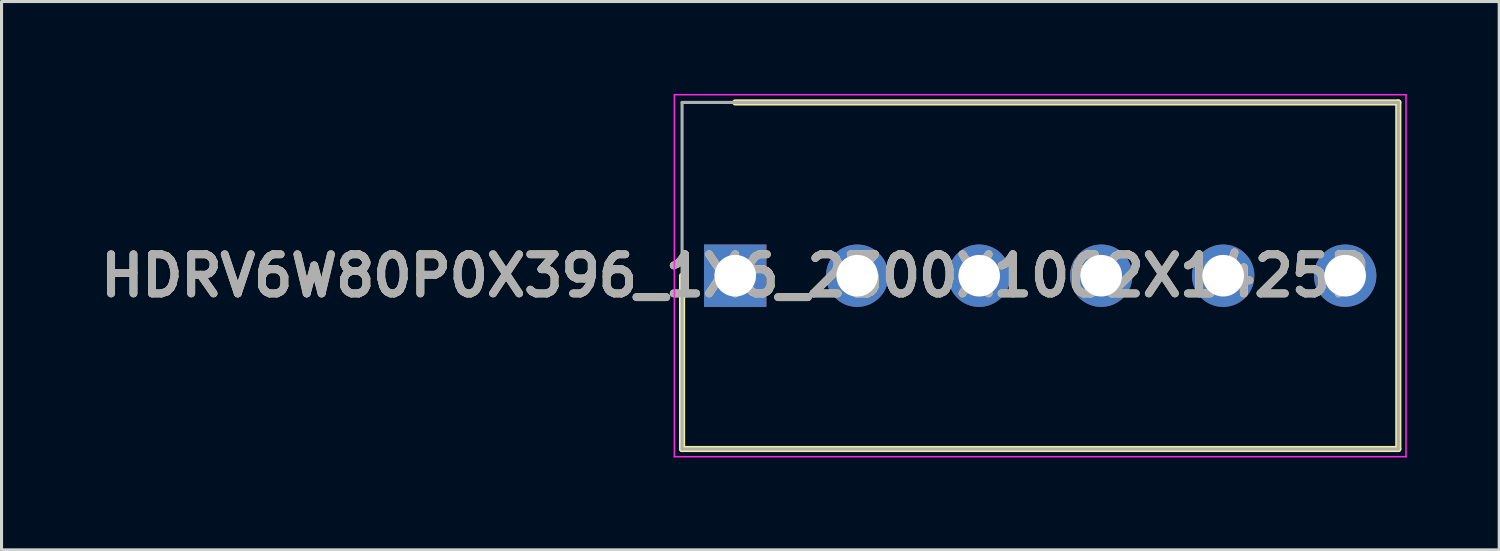
<source format=kicad_pcb>
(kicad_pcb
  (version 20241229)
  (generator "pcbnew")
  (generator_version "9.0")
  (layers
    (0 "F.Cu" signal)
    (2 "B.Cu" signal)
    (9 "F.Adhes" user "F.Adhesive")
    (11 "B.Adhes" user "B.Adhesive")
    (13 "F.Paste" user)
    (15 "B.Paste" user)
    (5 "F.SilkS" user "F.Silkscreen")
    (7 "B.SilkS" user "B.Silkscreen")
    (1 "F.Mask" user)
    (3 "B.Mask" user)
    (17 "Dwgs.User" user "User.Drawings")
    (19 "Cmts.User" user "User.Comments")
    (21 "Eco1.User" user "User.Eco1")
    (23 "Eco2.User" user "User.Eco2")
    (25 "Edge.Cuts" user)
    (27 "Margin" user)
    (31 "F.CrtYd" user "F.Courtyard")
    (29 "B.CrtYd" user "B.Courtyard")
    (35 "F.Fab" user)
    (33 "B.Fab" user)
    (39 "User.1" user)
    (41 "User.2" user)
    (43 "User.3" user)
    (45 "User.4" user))
  (footprint "HDRV6W80P0X396_1X6_2300X1062X1425P"
    (layer "F.Cu")
    (at 20.816 5.9)
    (property "Reference" "HDRV6W80P0X396_1X6_2300X1062X1425P" (at 0 0 0) (layer "F.SilkS") (effects (font (size 1.27 1.27) (thickness 0.254))))
    (attr through_hole)
    (fp_line (start -1.725 0) (end -1.725 5.625) (stroke (width 0.2) (type solid)) (layer "F.SilkS"))
    (fp_line (start -1.725 5.625) (end 21.525 5.625) (stroke (width 0.2) (type solid)) (layer "F.SilkS"))
    (fp_line (start 21.525 -5.625) (end 0 -5.625) (stroke (width 0.2) (type solid)) (layer "F.SilkS"))
    (fp_line (start 21.525 5.625) (end 21.525 -5.625) (stroke (width 0.2) (type solid)) (layer "F.SilkS"))
    (fp_line (start -1.975 -5.875) (end 21.775 -5.875) (stroke (width 0.05) (type solid)) (layer "F.CrtYd"))
    (fp_line (start -1.975 5.875) (end -1.975 -5.875) (stroke (width 0.05) (type solid)) (layer "F.CrtYd"))
    (fp_line (start 21.775 -5.875) (end 21.775 5.875) (stroke (width 0.05) (type solid)) (layer "F.CrtYd"))
    (fp_line (start 21.775 5.875) (end -1.975 5.875) (stroke (width 0.05) (type solid)) (layer "F.CrtYd"))
    (fp_line (start -1.725 -5.625) (end 21.525 -5.625) (stroke (width 0.1) (type solid)) (layer "F.Fab"))
    (fp_line (start -1.725 5.625) (end -1.725 -5.625) (stroke (width 0.1) (type solid)) (layer "F.Fab"))
    (fp_line (start 21.525 -5.625) (end 21.525 5.625) (stroke (width 0.1) (type solid)) (layer "F.Fab"))
    (fp_line (start 21.525 5.625) (end -1.725 5.625) (stroke (width 0.1) (type solid)) (layer "F.Fab"))
    (fp_text user "${REFERENCE}" (at 0 0 0) (layer "F.Fab") (effects (font (size 1.27 1.27) (thickness 0.254))))
    (pad "1" thru_hole rect (at 0 0) (size 2.025 2.025) (drill 1.35) (layers "*.Cu" "*.Mask"))
    (pad "2" thru_hole circle (at 3.96 0) (size 2.025 2.025) (drill 1.35) (layers "*.Cu" "*.Mask"))
    (pad "3" thru_hole circle (at 7.92 0) (size 2.025 2.025) (drill 1.35) (layers "*.Cu" "*.Mask"))
    (pad "4" thru_hole circle (at 11.88 0) (size 2.025 2.025) (drill 1.35) (layers "*.Cu" "*.Mask"))
    (pad "5" thru_hole circle (at 15.84 0) (size 2.025 2.025) (drill 1.35) (layers "*.Cu" "*.Mask"))
    (pad "6" thru_hole circle (at 19.8 0) (size 2.025 2.025) (drill 1.35) (layers "*.Cu" "*.Mask")))
  (gr_rect
    (start -3 -3)
    (end 45.616 14.8)
    (stroke (width 0.1) (type default))
    (fill no)
    (layer "Edge.Cuts")))
</source>
